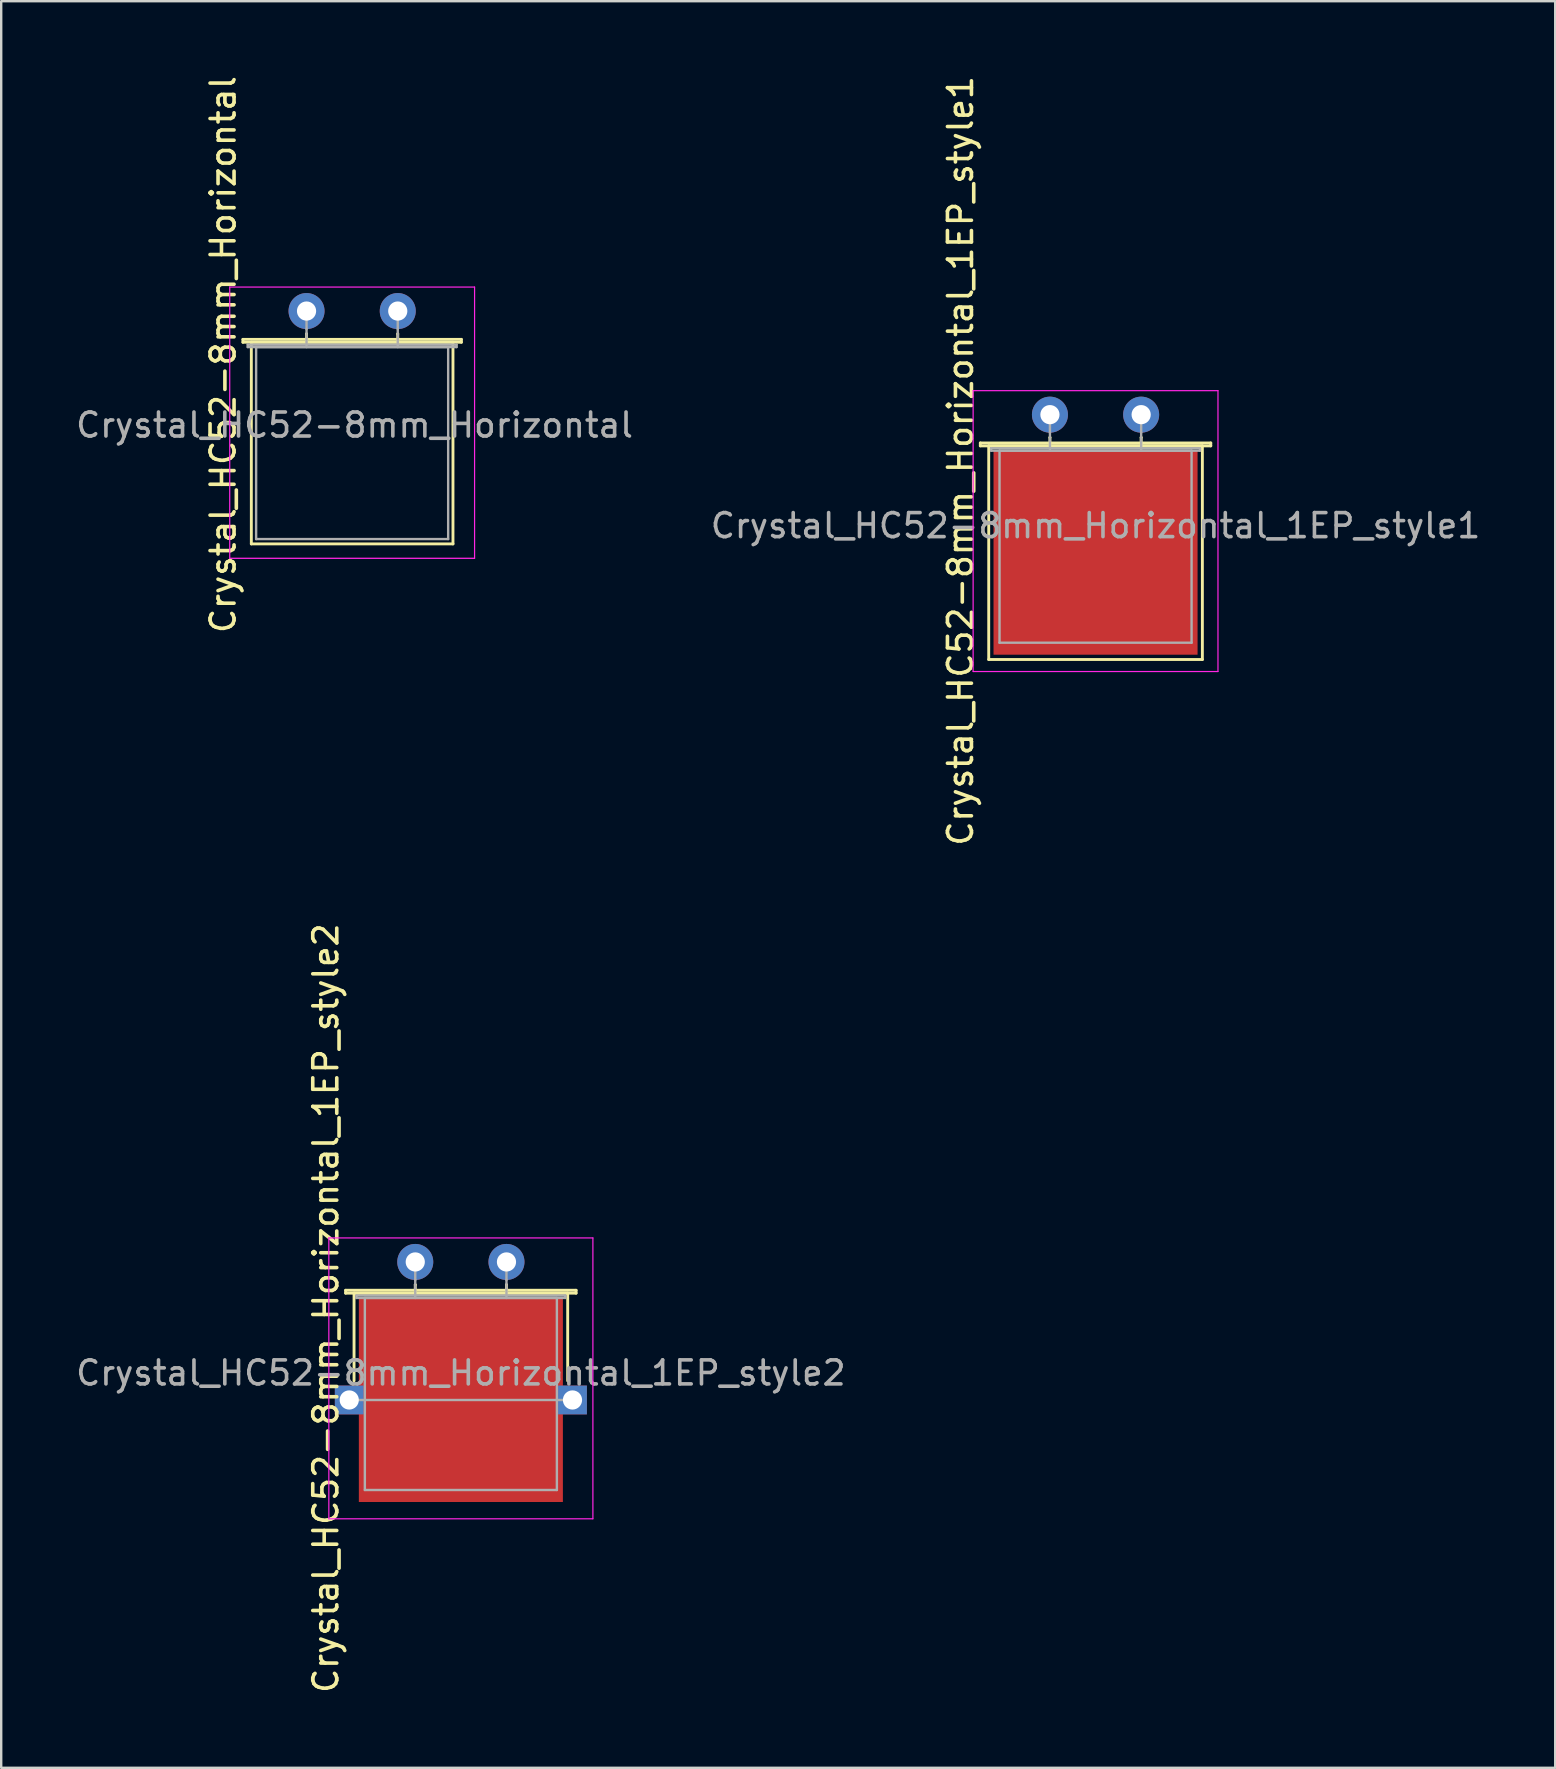
<source format=kicad_pcb>
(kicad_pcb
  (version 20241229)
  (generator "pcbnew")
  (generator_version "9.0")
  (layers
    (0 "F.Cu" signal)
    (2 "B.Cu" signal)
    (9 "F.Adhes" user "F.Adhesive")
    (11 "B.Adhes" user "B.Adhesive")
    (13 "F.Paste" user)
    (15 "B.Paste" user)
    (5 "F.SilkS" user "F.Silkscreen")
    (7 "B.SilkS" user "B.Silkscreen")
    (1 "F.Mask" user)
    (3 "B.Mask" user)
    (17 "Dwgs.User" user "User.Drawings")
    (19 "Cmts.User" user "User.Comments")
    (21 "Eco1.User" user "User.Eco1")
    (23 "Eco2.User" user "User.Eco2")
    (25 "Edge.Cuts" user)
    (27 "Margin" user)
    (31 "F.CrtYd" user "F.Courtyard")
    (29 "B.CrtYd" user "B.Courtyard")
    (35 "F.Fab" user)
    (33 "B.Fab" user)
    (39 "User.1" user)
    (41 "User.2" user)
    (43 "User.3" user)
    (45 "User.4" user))
  (footprint "Crystal_HC52-8mm_Horizontal_1EP_style2"
    (layer "F.Cu")
    (at 14.249 49.521)
    (property "Reference" "Crystal_HC52-8mm_Horizontal_1EP_style2" (at -3.725 1.925 90) (layer "F.SilkS") (effects (font (size 1 1) (thickness 0.15))))
    (attr through_hole)
    (fp_line (start -2.9 1.18) (end 6.7 1.18) (stroke (width 0.12) (type solid)) (layer "F.SilkS"))
    (fp_line (start -2.9 1.3) (end -2.9 1.18) (stroke (width 0.12) (type solid)) (layer "F.SilkS"))
    (fp_line (start -2.55 1.3) (end 6.35 1.3) (stroke (width 0.12) (type solid)) (layer "F.SilkS"))
    (fp_line (start -2.55 4.95) (end -2.55 1.3) (stroke (width 0.12) (type solid)) (layer "F.SilkS"))
    (fp_line (start 0 0.95) (end 0 0.95) (stroke (width 0.12) (type solid)) (layer "F.SilkS"))
    (fp_line (start 0 1.3) (end 0 0.95) (stroke (width 0.12) (type solid)) (layer "F.SilkS"))
    (fp_line (start 3.8 0.95) (end 3.8 0.95) (stroke (width 0.12) (type solid)) (layer "F.SilkS"))
    (fp_line (start 3.8 1.3) (end 3.8 0.95) (stroke (width 0.12) (type solid)) (layer "F.SilkS"))
    (fp_line (start 6.35 1.3) (end 6.35 4.95) (stroke (width 0.12) (type solid)) (layer "F.SilkS"))
    (fp_line (start 6.7 1.18) (end 6.7 1.3) (stroke (width 0.12) (type solid)) (layer "F.SilkS"))
    (fp_line (start 6.7 1.3) (end -2.9 1.3) (stroke (width 0.12) (type solid)) (layer "F.SilkS"))
    (fp_line (start -3.6 -1) (end -3.6 10.7) (stroke (width 0.05) (type solid)) (layer "F.CrtYd"))
    (fp_line (start -3.6 10.7) (end 7.4 10.7) (stroke (width 0.05) (type solid)) (layer "F.CrtYd"))
    (fp_line (start 7.4 -1) (end -3.6 -1) (stroke (width 0.05) (type solid)) (layer "F.CrtYd"))
    (fp_line (start 7.4 10.7) (end 7.4 -1) (stroke (width 0.05) (type solid)) (layer "F.CrtYd"))
    (fp_line (start -2.75 5.75) (end 6.55 5.75) (stroke (width 0.1) (type solid)) (layer "F.Fab"))
    (fp_line (start -2.45 1.4) (end 6.25 1.4) (stroke (width 0.1) (type solid)) (layer "F.Fab"))
    (fp_line (start -2.45 1.5) (end -2.45 1.4) (stroke (width 0.1) (type solid)) (layer "F.Fab"))
    (fp_line (start -2.1 1.5) (end -2.1 9.5) (stroke (width 0.1) (type solid)) (layer "F.Fab"))
    (fp_line (start -2.1 9.5) (end 5.9 9.5) (stroke (width 0.1) (type solid)) (layer "F.Fab"))
    (fp_line (start 0 0.75) (end 0 0) (stroke (width 0.1) (type solid)) (layer "F.Fab"))
    (fp_line (start 0 1.5) (end 0 0.75) (stroke (width 0.1) (type solid)) (layer "F.Fab"))
    (fp_line (start 3.8 0.75) (end 3.8 0) (stroke (width 0.1) (type solid)) (layer "F.Fab"))
    (fp_line (start 3.8 1.5) (end 3.8 0.75) (stroke (width 0.1) (type solid)) (layer "F.Fab"))
    (fp_line (start 5.9 1.5) (end -2.1 1.5) (stroke (width 0.1) (type solid)) (layer "F.Fab"))
    (fp_line (start 5.9 9.5) (end 5.9 1.5) (stroke (width 0.1) (type solid)) (layer "F.Fab"))
    (fp_line (start 6.25 1.4) (end 6.25 1.5) (stroke (width 0.1) (type solid)) (layer "F.Fab"))
    (fp_line (start 6.25 1.5) (end -2.45 1.5) (stroke (width 0.1) (type solid)) (layer "F.Fab"))
    (fp_text user "${REFERENCE}" (at 1.9 4.625 0) (layer "F.Fab") (effects (font (size 1 1) (thickness 0.15))))
    (pad "1" thru_hole circle (at 0 0) (size 1.5 1.5) (drill 0.8) (layers "*.Cu" "*.Mask"))
    (pad "2" thru_hole circle (at 3.8 0) (size 1.5 1.5) (drill 0.8) (layers "*.Cu" "*.Mask"))
    (pad "3" thru_hole rect (at -2.75 5.75) (size 1.2 1.2) (drill 0.8) (layers "*.Cu" "*.Mask"))
    (pad "3" smd rect (at 1.9 5.75) (size 8.5 8.5) (layers "F.Cu" "F.Mask" "F.Paste"))
    (pad "3" thru_hole rect (at 6.55 5.75) (size 1.2 1.2) (drill 0.8) (layers "*.Cu" "*.Mask")))
  (footprint "Crystal_HC52-8mm_Horizontal"
    (layer "F.Cu")
    (at 9.72 9.908)
    (property "Reference" "Crystal_HC52-8mm_Horizontal" (at -3.475 1.812 90) (layer "F.SilkS") (effects (font (size 1 1) (thickness 0.15))))
    (attr through_hole)
    (fp_line (start -2.65 1.18) (end 6.45 1.18) (stroke (width 0.12) (type solid)) (layer "F.SilkS"))
    (fp_line (start -2.65 1.3) (end -2.65 1.18) (stroke (width 0.12) (type solid)) (layer "F.SilkS"))
    (fp_line (start -2.3 1.3) (end -2.3 9.7) (stroke (width 0.12) (type solid)) (layer "F.SilkS"))
    (fp_line (start -2.3 9.7) (end 6.1 9.7) (stroke (width 0.12) (type solid)) (layer "F.SilkS"))
    (fp_line (start 0 0.95) (end 0 0.95) (stroke (width 0.12) (type solid)) (layer "F.SilkS"))
    (fp_line (start 0 1.3) (end 0 0.95) (stroke (width 0.12) (type solid)) (layer "F.SilkS"))
    (fp_line (start 3.8 0.95) (end 3.8 0.95) (stroke (width 0.12) (type solid)) (layer "F.SilkS"))
    (fp_line (start 3.8 1.3) (end 3.8 0.95) (stroke (width 0.12) (type solid)) (layer "F.SilkS"))
    (fp_line (start 6.1 1.3) (end -2.3 1.3) (stroke (width 0.12) (type solid)) (layer "F.SilkS"))
    (fp_line (start 6.1 9.7) (end 6.1 1.3) (stroke (width 0.12) (type solid)) (layer "F.SilkS"))
    (fp_line (start 6.45 1.18) (end 6.45 1.3) (stroke (width 0.12) (type solid)) (layer "F.SilkS"))
    (fp_line (start 6.45 1.3) (end -2.65 1.3) (stroke (width 0.12) (type solid)) (layer "F.SilkS"))
    (fp_line (start -3.2 -1) (end -3.2 10.3) (stroke (width 0.05) (type solid)) (layer "F.CrtYd"))
    (fp_line (start -3.2 10.3) (end 7 10.3) (stroke (width 0.05) (type solid)) (layer "F.CrtYd"))
    (fp_line (start 7 -1) (end -3.2 -1) (stroke (width 0.05) (type solid)) (layer "F.CrtYd"))
    (fp_line (start 7 10.3) (end 7 -1) (stroke (width 0.05) (type solid)) (layer "F.CrtYd"))
    (fp_line (start -2.45 1.4) (end 6.25 1.4) (stroke (width 0.1) (type solid)) (layer "F.Fab"))
    (fp_line (start -2.45 1.5) (end -2.45 1.4) (stroke (width 0.1) (type solid)) (layer "F.Fab"))
    (fp_line (start -2.1 1.5) (end -2.1 9.5) (stroke (width 0.1) (type solid)) (layer "F.Fab"))
    (fp_line (start -2.1 9.5) (end 5.9 9.5) (stroke (width 0.1) (type solid)) (layer "F.Fab"))
    (fp_line (start 0 0.75) (end 0 0) (stroke (width 0.1) (type solid)) (layer "F.Fab"))
    (fp_line (start 0 1.5) (end 0 0.75) (stroke (width 0.1) (type solid)) (layer "F.Fab"))
    (fp_line (start 3.8 0.75) (end 3.8 0) (stroke (width 0.1) (type solid)) (layer "F.Fab"))
    (fp_line (start 3.8 1.5) (end 3.8 0.75) (stroke (width 0.1) (type solid)) (layer "F.Fab"))
    (fp_line (start 5.9 1.5) (end -2.1 1.5) (stroke (width 0.1) (type solid)) (layer "F.Fab"))
    (fp_line (start 5.9 9.5) (end 5.9 1.5) (stroke (width 0.1) (type solid)) (layer "F.Fab"))
    (fp_line (start 6.25 1.4) (end 6.25 1.5) (stroke (width 0.1) (type solid)) (layer "F.Fab"))
    (fp_line (start 6.25 1.5) (end -2.45 1.5) (stroke (width 0.1) (type solid)) (layer "F.Fab"))
    (fp_text user "${REFERENCE}" (at 2 4.75 0) (layer "F.Fab") (effects (font (size 1 1) (thickness 0.15))))
    (pad "1" thru_hole circle (at 0 0) (size 1.5 1.5) (drill 0.8) (layers "*.Cu" "*.Mask"))
    (pad "2" thru_hole circle (at 3.8 0) (size 1.5 1.5) (drill 0.8) (layers "*.Cu" "*.Mask")))
  (footprint "Crystal_HC52-8mm_Horizontal_1EP_style1"
    (layer "F.Cu")
    (at 40.689 14.224)
    (property "Reference" "Crystal_HC52-8mm_Horizontal_1EP_style1" (at -3.725 1.925 90) (layer "F.SilkS") (effects (font (size 1 1) (thickness 0.15))))
    (attr through_hole)
    (fp_line (start -2.9 1.18) (end 6.7 1.18) (stroke (width 0.12) (type solid)) (layer "F.SilkS"))
    (fp_line (start -2.9 1.3) (end -2.9 1.18) (stroke (width 0.12) (type solid)) (layer "F.SilkS"))
    (fp_line (start -2.55 1.3) (end -2.55 10.2) (stroke (width 0.12) (type solid)) (layer "F.SilkS"))
    (fp_line (start -2.55 10.2) (end 6.35 10.2) (stroke (width 0.12) (type solid)) (layer "F.SilkS"))
    (fp_line (start 0 0.95) (end 0 0.95) (stroke (width 0.12) (type solid)) (layer "F.SilkS"))
    (fp_line (start 0 1.3) (end 0 0.95) (stroke (width 0.12) (type solid)) (layer "F.SilkS"))
    (fp_line (start 3.8 0.95) (end 3.8 0.95) (stroke (width 0.12) (type solid)) (layer "F.SilkS"))
    (fp_line (start 3.8 1.3) (end 3.8 0.95) (stroke (width 0.12) (type solid)) (layer "F.SilkS"))
    (fp_line (start 6.35 1.3) (end -2.55 1.3) (stroke (width 0.12) (type solid)) (layer "F.SilkS"))
    (fp_line (start 6.35 10.2) (end 6.35 1.3) (stroke (width 0.12) (type solid)) (layer "F.SilkS"))
    (fp_line (start 6.7 1.18) (end 6.7 1.3) (stroke (width 0.12) (type solid)) (layer "F.SilkS"))
    (fp_line (start 6.7 1.3) (end -2.9 1.3) (stroke (width 0.12) (type solid)) (layer "F.SilkS"))
    (fp_line (start -3.2 -1) (end -3.2 10.7) (stroke (width 0.05) (type solid)) (layer "F.CrtYd"))
    (fp_line (start -3.2 10.7) (end 7 10.7) (stroke (width 0.05) (type solid)) (layer "F.CrtYd"))
    (fp_line (start 7 -1) (end -3.2 -1) (stroke (width 0.05) (type solid)) (layer "F.CrtYd"))
    (fp_line (start 7 10.7) (end 7 -1) (stroke (width 0.05) (type solid)) (layer "F.CrtYd"))
    (fp_line (start -2.45 1.4) (end 6.25 1.4) (stroke (width 0.1) (type solid)) (layer "F.Fab"))
    (fp_line (start -2.45 1.5) (end -2.45 1.4) (stroke (width 0.1) (type solid)) (layer "F.Fab"))
    (fp_line (start -2.1 1.5) (end -2.1 9.5) (stroke (width 0.1) (type solid)) (layer "F.Fab"))
    (fp_line (start -2.1 9.5) (end 5.9 9.5) (stroke (width 0.1) (type solid)) (layer "F.Fab"))
    (fp_line (start 0 0.75) (end 0 0) (stroke (width 0.1) (type solid)) (layer "F.Fab"))
    (fp_line (start 0 1.5) (end 0 0.75) (stroke (width 0.1) (type solid)) (layer "F.Fab"))
    (fp_line (start 3.8 0.75) (end 3.8 0) (stroke (width 0.1) (type solid)) (layer "F.Fab"))
    (fp_line (start 3.8 1.5) (end 3.8 0.75) (stroke (width 0.1) (type solid)) (layer "F.Fab"))
    (fp_line (start 5.9 1.5) (end -2.1 1.5) (stroke (width 0.1) (type solid)) (layer "F.Fab"))
    (fp_line (start 5.9 9.5) (end 5.9 1.5) (stroke (width 0.1) (type solid)) (layer "F.Fab"))
    (fp_line (start 6.25 1.4) (end 6.25 1.5) (stroke (width 0.1) (type solid)) (layer "F.Fab"))
    (fp_line (start 6.25 1.5) (end -2.45 1.5) (stroke (width 0.1) (type solid)) (layer "F.Fab"))
    (fp_text user "${REFERENCE}" (at 1.9 4.625 0) (layer "F.Fab") (effects (font (size 1 1) (thickness 0.15))))
    (pad "1" thru_hole circle (at 0 0) (size 1.5 1.5) (drill 0.8) (layers "*.Cu" "*.Mask"))
    (pad "2" thru_hole circle (at 3.8 0) (size 1.5 1.5) (drill 0.8) (layers "*.Cu" "*.Mask"))
    (pad "3" smd rect (at 1.9 5.75) (size 8.5 8.5) (layers "F.Cu" "F.Mask" "F.Paste")))
  (gr_rect
    (start -3 -3)
    (end 61.738 70.595)
    (stroke (width 0.1) (type default))
    (fill no)
    (layer "Edge.Cuts")))
</source>
